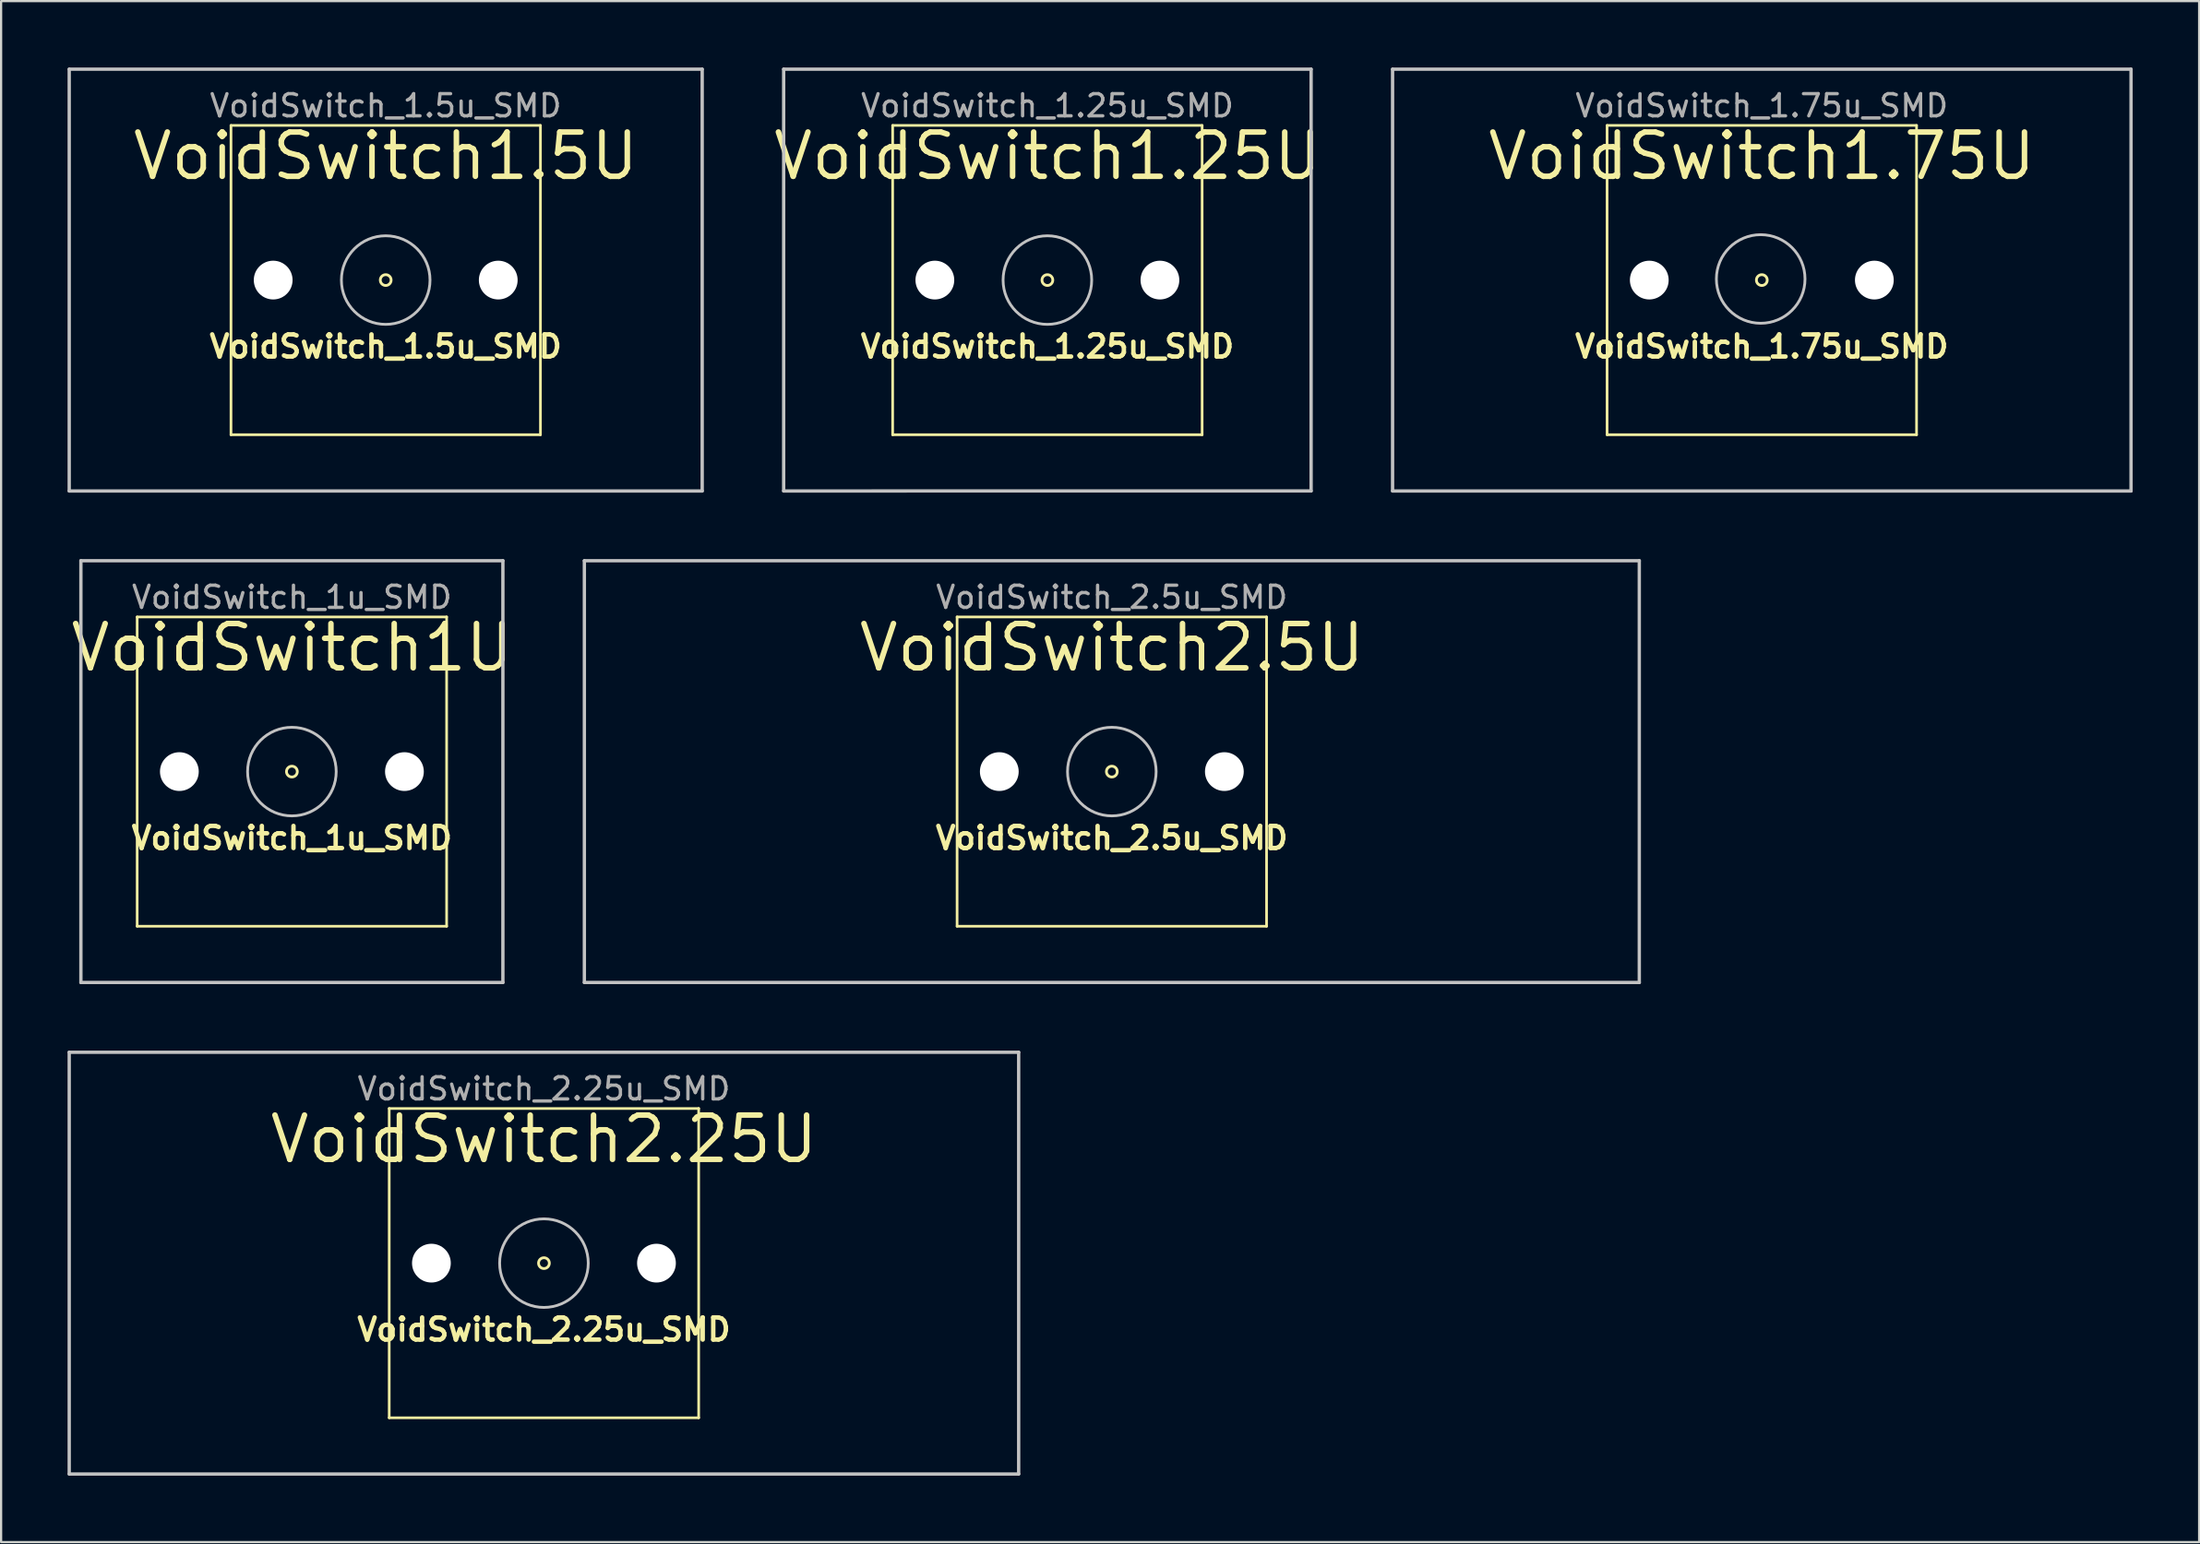
<source format=kicad_pcb>
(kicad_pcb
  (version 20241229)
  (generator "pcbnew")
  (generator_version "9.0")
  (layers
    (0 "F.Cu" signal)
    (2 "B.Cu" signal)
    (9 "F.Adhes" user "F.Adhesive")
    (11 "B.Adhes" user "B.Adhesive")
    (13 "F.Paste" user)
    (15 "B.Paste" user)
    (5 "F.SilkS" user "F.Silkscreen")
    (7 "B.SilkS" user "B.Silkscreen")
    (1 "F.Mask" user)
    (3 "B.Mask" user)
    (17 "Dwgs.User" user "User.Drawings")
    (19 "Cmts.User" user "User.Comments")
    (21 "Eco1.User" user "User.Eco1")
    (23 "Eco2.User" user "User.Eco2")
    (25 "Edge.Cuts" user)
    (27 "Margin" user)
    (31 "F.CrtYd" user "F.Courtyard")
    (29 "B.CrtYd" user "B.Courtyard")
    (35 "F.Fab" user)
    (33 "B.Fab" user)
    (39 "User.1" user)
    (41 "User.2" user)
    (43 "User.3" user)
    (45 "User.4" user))
  (footprint "VoidSwitch_1.75u_SMD"
    (layer "F.Cu")
    (at 76.483 9.6)
    (property "Reference" "VoidSwitch_1.75u_SMD" (at 0 3 0) (layer "F.SilkS") (effects (font (size 1 1) (thickness 0.2))))
    (property "Value" "VoidSwitch1.75U" (at 0 8.503 0) (layer "F.Fab") (hide yes) (effects (font (size 1 1) (thickness 0.15))))
    (attr smd exclude_from_bom)
    (fp_line (start -6.985 -6.985) (end 6.985 -6.985) (stroke (width 0.12) (type solid)) (layer "F.SilkS"))
    (fp_line (start -6.985 6.985) (end -6.985 -6.985) (stroke (width 0.12) (type solid)) (layer "F.SilkS"))
    (fp_line (start 6.985 -6.985) (end 6.985 6.985) (stroke (width 0.12) (type solid)) (layer "F.SilkS"))
    (fp_line (start 6.985 6.985) (end -6.985 6.985) (stroke (width 0.12) (type solid)) (layer "F.SilkS"))
    (fp_circle (center 0 0) (end 0.244 0) (stroke (width 0.125) (type solid)) (fill no) (layer "F.SilkS"))
    (fp_line (start -16.668 -9.525) (end 16.668 -9.525) (stroke (width 0.15) (type solid)) (layer "Dwgs.User"))
    (fp_line (start -16.668 9.525) (end -16.668 -9.525) (stroke (width 0.15) (type solid)) (layer "Dwgs.User"))
    (fp_line (start 16.668 -9.525) (end 16.668 9.525) (stroke (width 0.15) (type solid)) (layer "Dwgs.User"))
    (fp_line (start 16.668 9.525) (end -16.668 9.525) (stroke (width 0.15) (type solid)) (layer "Dwgs.User"))
    (fp_circle (center -0.05 -0.05) (end 1.95 -0.05) (stroke (width 0.125) (type solid)) (fill no) (layer "Dwgs.User"))
    (fp_text user "${VALUE}" (at 0 -5.6 0) (layer "F.SilkS") (effects (font (size 2 2) (thickness 0.25))))
    (fp_text user "${REFERENCE}" (at 0 -7.874 0) (layer "F.Fab") (effects (font (size 1 1) (thickness 0.15))))
    (pad "" np_thru_hole circle (at -5.08 0) (size 1.75 1.75) (drill 1.75) (layers "*.Cu" "*.Mask"))
    (pad "" np_thru_hole circle (at 5.08 0) (size 1.75 1.75) (drill 1.75) (layers "*.Cu" "*.Mask")))
  (footprint "VoidSwitch_1u_SMD"
    (layer "F.Cu")
    (at 10.127 31.8)
    (property "Reference" "VoidSwitch_1u_SMD" (at 0 3 0) (layer "F.SilkS") (effects (font (size 1 1) (thickness 0.2))))
    (property "Value" "VoidSwitch1U" (at 0 8.503 0) (layer "F.Fab") (hide yes) (effects (font (size 1 1) (thickness 0.15))))
    (attr smd exclude_from_bom)
    (fp_line (start -6.985 -6.985) (end 6.985 -6.985) (stroke (width 0.12) (type solid)) (layer "F.SilkS"))
    (fp_line (start -6.985 6.985) (end -6.985 -6.985) (stroke (width 0.12) (type solid)) (layer "F.SilkS"))
    (fp_line (start 6.985 -6.985) (end 6.985 6.985) (stroke (width 0.12) (type solid)) (layer "F.SilkS"))
    (fp_line (start 6.985 6.985) (end -6.985 6.985) (stroke (width 0.12) (type solid)) (layer "F.SilkS"))
    (fp_circle (center 0 0) (end 0.244 0) (stroke (width 0.125) (type solid)) (fill no) (layer "F.SilkS"))
    (fp_line (start -9.525 -9.525) (end 9.525 -9.525) (stroke (width 0.15) (type solid)) (layer "Dwgs.User"))
    (fp_line (start -9.525 9.525) (end -9.525 -9.525) (stroke (width 0.15) (type solid)) (layer "Dwgs.User"))
    (fp_line (start 9.525 -9.525) (end 9.525 9.525) (stroke (width 0.15) (type solid)) (layer "Dwgs.User"))
    (fp_line (start 9.525 9.525) (end -9.525 9.525) (stroke (width 0.15) (type solid)) (layer "Dwgs.User"))
    (fp_circle (center 0 0) (end 2 0) (stroke (width 0.125) (type solid)) (fill no) (layer "Dwgs.User"))
    (fp_text user "${VALUE}" (at 0 -5.6 0) (layer "F.SilkS") (effects (font (size 2 2) (thickness 0.25))))
    (fp_text user "${REFERENCE}" (at 0 -7.874 0) (layer "F.Fab") (effects (font (size 1 1) (thickness 0.15))))
    (pad "" np_thru_hole circle (at -5.08 0) (size 1.75 1.75) (drill 1.75) (layers "*.Cu" "*.Mask"))
    (pad "" np_thru_hole circle (at 5.08 0) (size 1.75 1.75) (drill 1.75) (layers "*.Cu" "*.Mask")))
  (footprint "VoidSwitch_1.25u_SMD"
    (layer "F.Cu")
    (at 44.232 9.6)
    (property "Reference" "VoidSwitch_1.25u_SMD" (at 0 3 0) (layer "F.SilkS") (effects (font (size 1 1) (thickness 0.2))))
    (property "Value" "VoidSwitch1.25U" (at 0 8.503 0) (layer "F.Fab") (hide yes) (effects (font (size 1 1) (thickness 0.15))))
    (attr smd exclude_from_bom)
    (fp_line (start -6.985 -6.985) (end 6.985 -6.985) (stroke (width 0.12) (type solid)) (layer "F.SilkS"))
    (fp_line (start -6.985 6.985) (end -6.985 -6.985) (stroke (width 0.12) (type solid)) (layer "F.SilkS"))
    (fp_line (start 6.985 -6.985) (end 6.985 6.985) (stroke (width 0.12) (type solid)) (layer "F.SilkS"))
    (fp_line (start 6.985 6.985) (end -6.985 6.985) (stroke (width 0.12) (type solid)) (layer "F.SilkS"))
    (fp_circle (center 0 0) (end 0.244 0) (stroke (width 0.125) (type solid)) (fill no) (layer "F.SilkS"))
    (fp_line (start -11.905 -9.525) (end 11.905 -9.525) (stroke (width 0.15) (type solid)) (layer "Dwgs.User"))
    (fp_line (start -11.905 9.525) (end -11.905 -9.525) (stroke (width 0.15) (type solid)) (layer "Dwgs.User"))
    (fp_line (start 11.905 -9.525) (end 11.905 9.525) (stroke (width 0.15) (type solid)) (layer "Dwgs.User"))
    (fp_line (start 11.905 9.524) (end -11.905 9.525) (stroke (width 0.15) (type solid)) (layer "Dwgs.User"))
    (fp_circle (center 0 0) (end 2 0) (stroke (width 0.125) (type solid)) (fill no) (layer "Dwgs.User"))
    (fp_text user "${VALUE}" (at 0 -5.6 0) (layer "F.SilkS") (effects (font (size 2 2) (thickness 0.25))))
    (fp_text user "${REFERENCE}" (at 0 -7.874 0) (layer "F.Fab") (effects (font (size 1 1) (thickness 0.15))))
    (pad "" np_thru_hole circle (at -5.08 0) (size 1.75 1.75) (drill 1.75) (layers "*.Cu" "*.Mask"))
    (pad "" np_thru_hole circle (at 5.08 0) (size 1.75 1.75) (drill 1.75) (layers "*.Cu" "*.Mask")))
  (footprint "VoidSwitch_2.25u_SMD"
    (layer "F.Cu")
    (at 21.505 54.001)
    (property "Reference" "VoidSwitch_2.25u_SMD" (at 0 3 0) (layer "F.SilkS") (effects (font (size 1 1) (thickness 0.2))))
    (property "Value" "VoidSwitch2.25U" (at 0 8.503 0) (layer "F.Fab") (hide yes) (effects (font (size 1 1) (thickness 0.15))))
    (attr smd exclude_from_bom)
    (fp_line (start -6.985 -6.985) (end 6.985 -6.985) (stroke (width 0.12) (type solid)) (layer "F.SilkS"))
    (fp_line (start -6.985 6.985) (end -6.985 -6.985) (stroke (width 0.12) (type solid)) (layer "F.SilkS"))
    (fp_line (start 6.985 -6.985) (end 6.985 6.985) (stroke (width 0.12) (type solid)) (layer "F.SilkS"))
    (fp_line (start 6.985 6.985) (end -6.985 6.985) (stroke (width 0.12) (type solid)) (layer "F.SilkS"))
    (fp_circle (center 0 0) (end 0.244 0) (stroke (width 0.125) (type solid)) (fill no) (layer "F.SilkS"))
    (fp_line (start -21.43 -9.525) (end 21.43 -9.525) (stroke (width 0.15) (type solid)) (layer "Dwgs.User"))
    (fp_line (start -21.43 9.524) (end -21.43 -9.526) (stroke (width 0.15) (type solid)) (layer "Dwgs.User"))
    (fp_line (start 21.43 -9.525) (end 21.43 9.525) (stroke (width 0.15) (type solid)) (layer "Dwgs.User"))
    (fp_line (start 21.43 9.525) (end -21.43 9.524) (stroke (width 0.15) (type solid)) (layer "Dwgs.User"))
    (fp_circle (center 0 0) (end 2 0) (stroke (width 0.125) (type solid)) (fill no) (layer "Dwgs.User"))
    (fp_text user "${VALUE}" (at 0 -5.6 0) (layer "F.SilkS") (effects (font (size 2 2) (thickness 0.25))))
    (fp_text user "${REFERENCE}" (at 0 -7.874 0) (layer "F.Fab") (effects (font (size 1 1) (thickness 0.15))))
    (pad "" np_thru_hole circle (at -5.08 0) (size 1.75 1.75) (drill 1.75) (layers "*.Cu" "*.Mask"))
    (pad "" np_thru_hole circle (at 5.08 0) (size 1.75 1.75) (drill 1.75) (layers "*.Cu" "*.Mask")))
  (footprint "VoidSwitch_2.5u_SMD"
    (layer "F.Cu")
    (at 47.141 31.8)
    (property "Reference" "VoidSwitch_2.5u_SMD" (at 0 3 0) (layer "F.SilkS") (effects (font (size 1 1) (thickness 0.2))))
    (property "Value" "VoidSwitch2.5U" (at 0 8.503 0) (layer "F.Fab") (hide yes) (effects (font (size 1 1) (thickness 0.15))))
    (attr smd exclude_from_bom)
    (fp_line (start -6.985 -6.985) (end 6.985 -6.985) (stroke (width 0.12) (type solid)) (layer "F.SilkS"))
    (fp_line (start -6.985 6.985) (end -6.985 -6.985) (stroke (width 0.12) (type solid)) (layer "F.SilkS"))
    (fp_line (start 6.985 -6.985) (end 6.985 6.985) (stroke (width 0.12) (type solid)) (layer "F.SilkS"))
    (fp_line (start 6.985 6.985) (end -6.985 6.985) (stroke (width 0.12) (type solid)) (layer "F.SilkS"))
    (fp_circle (center 0 0) (end 0.244 0) (stroke (width 0.125) (type solid)) (fill no) (layer "F.SilkS"))
    (fp_line (start -23.811 -9.525) (end 23.811 -9.525) (stroke (width 0.15) (type solid)) (layer "Dwgs.User"))
    (fp_line (start -23.811 9.525) (end -23.811 -9.525) (stroke (width 0.15) (type solid)) (layer "Dwgs.User"))
    (fp_line (start 23.811 -9.525) (end 23.811 9.525) (stroke (width 0.15) (type solid)) (layer "Dwgs.User"))
    (fp_line (start 23.811 9.525) (end -23.811 9.525) (stroke (width 0.15) (type solid)) (layer "Dwgs.User"))
    (fp_circle (center 0 0) (end 2 0) (stroke (width 0.125) (type solid)) (fill no) (layer "Dwgs.User"))
    (fp_text user "${VALUE}" (at 0 -5.6 0) (layer "F.SilkS") (effects (font (size 2 2) (thickness 0.25))))
    (fp_text user "${REFERENCE}" (at 0 -7.874 0) (layer "F.Fab") (effects (font (size 1 1) (thickness 0.15))))
    (pad "" np_thru_hole circle (at -5.08 0) (size 1.75 1.75) (drill 1.75) (layers "*.Cu" "*.Mask"))
    (pad "" np_thru_hole circle (at 5.08 0) (size 1.75 1.75) (drill 1.75) (layers "*.Cu" "*.Mask")))
  (footprint "VoidSwitch_1.5u_SMD"
    (layer "F.Cu")
    (at 14.362 9.6)
    (property "Reference" "VoidSwitch_1.5u_SMD" (at 0 3 0) (layer "F.SilkS") (effects (font (size 1 1) (thickness 0.2))))
    (property "Value" "VoidSwitch1.5U" (at 0 8.503 0) (layer "F.Fab") (hide yes) (effects (font (size 1 1) (thickness 0.15))))
    (attr smd exclude_from_bom)
    (fp_line (start -6.985 -6.985) (end 6.985 -6.985) (stroke (width 0.12) (type solid)) (layer "F.SilkS"))
    (fp_line (start -6.985 6.985) (end -6.985 -6.985) (stroke (width 0.12) (type solid)) (layer "F.SilkS"))
    (fp_line (start 6.985 -6.985) (end 6.985 6.985) (stroke (width 0.12) (type solid)) (layer "F.SilkS"))
    (fp_line (start 6.985 6.985) (end -6.985 6.985) (stroke (width 0.12) (type solid)) (layer "F.SilkS"))
    (fp_circle (center 0 0) (end 0.244 0) (stroke (width 0.125) (type solid)) (fill no) (layer "F.SilkS"))
    (fp_line (start -14.287 -9.525) (end 14.287 -9.525) (stroke (width 0.15) (type solid)) (layer "Dwgs.User"))
    (fp_line (start -14.287 9.525) (end -14.287 -9.525) (stroke (width 0.15) (type solid)) (layer "Dwgs.User"))
    (fp_line (start 14.287 -9.525) (end 14.287 9.525) (stroke (width 0.15) (type solid)) (layer "Dwgs.User"))
    (fp_line (start 14.287 9.525) (end -14.287 9.525) (stroke (width 0.15) (type solid)) (layer "Dwgs.User"))
    (fp_circle (center 0 0) (end 2 0) (stroke (width 0.125) (type solid)) (fill no) (layer "Dwgs.User"))
    (fp_text user "${VALUE}" (at 0 -5.6 0) (layer "F.SilkS") (effects (font (size 2 2) (thickness 0.25))))
    (fp_text user "${REFERENCE}" (at 0 -7.874 0) (layer "F.Fab") (effects (font (size 1 1) (thickness 0.15))))
    (pad "" np_thru_hole circle (at -5.08 0) (size 1.75 1.75) (drill 1.75) (layers "*.Cu" "*.Mask"))
    (pad "" np_thru_hole circle (at 5.08 0) (size 1.75 1.75) (drill 1.75) (layers "*.Cu" "*.Mask")))
  (gr_rect
    (start -3 -3)
    (end 96.225 66.601)
    (stroke (width 0.1) (type default))
    (fill no)
    (layer "Edge.Cuts")))
</source>
